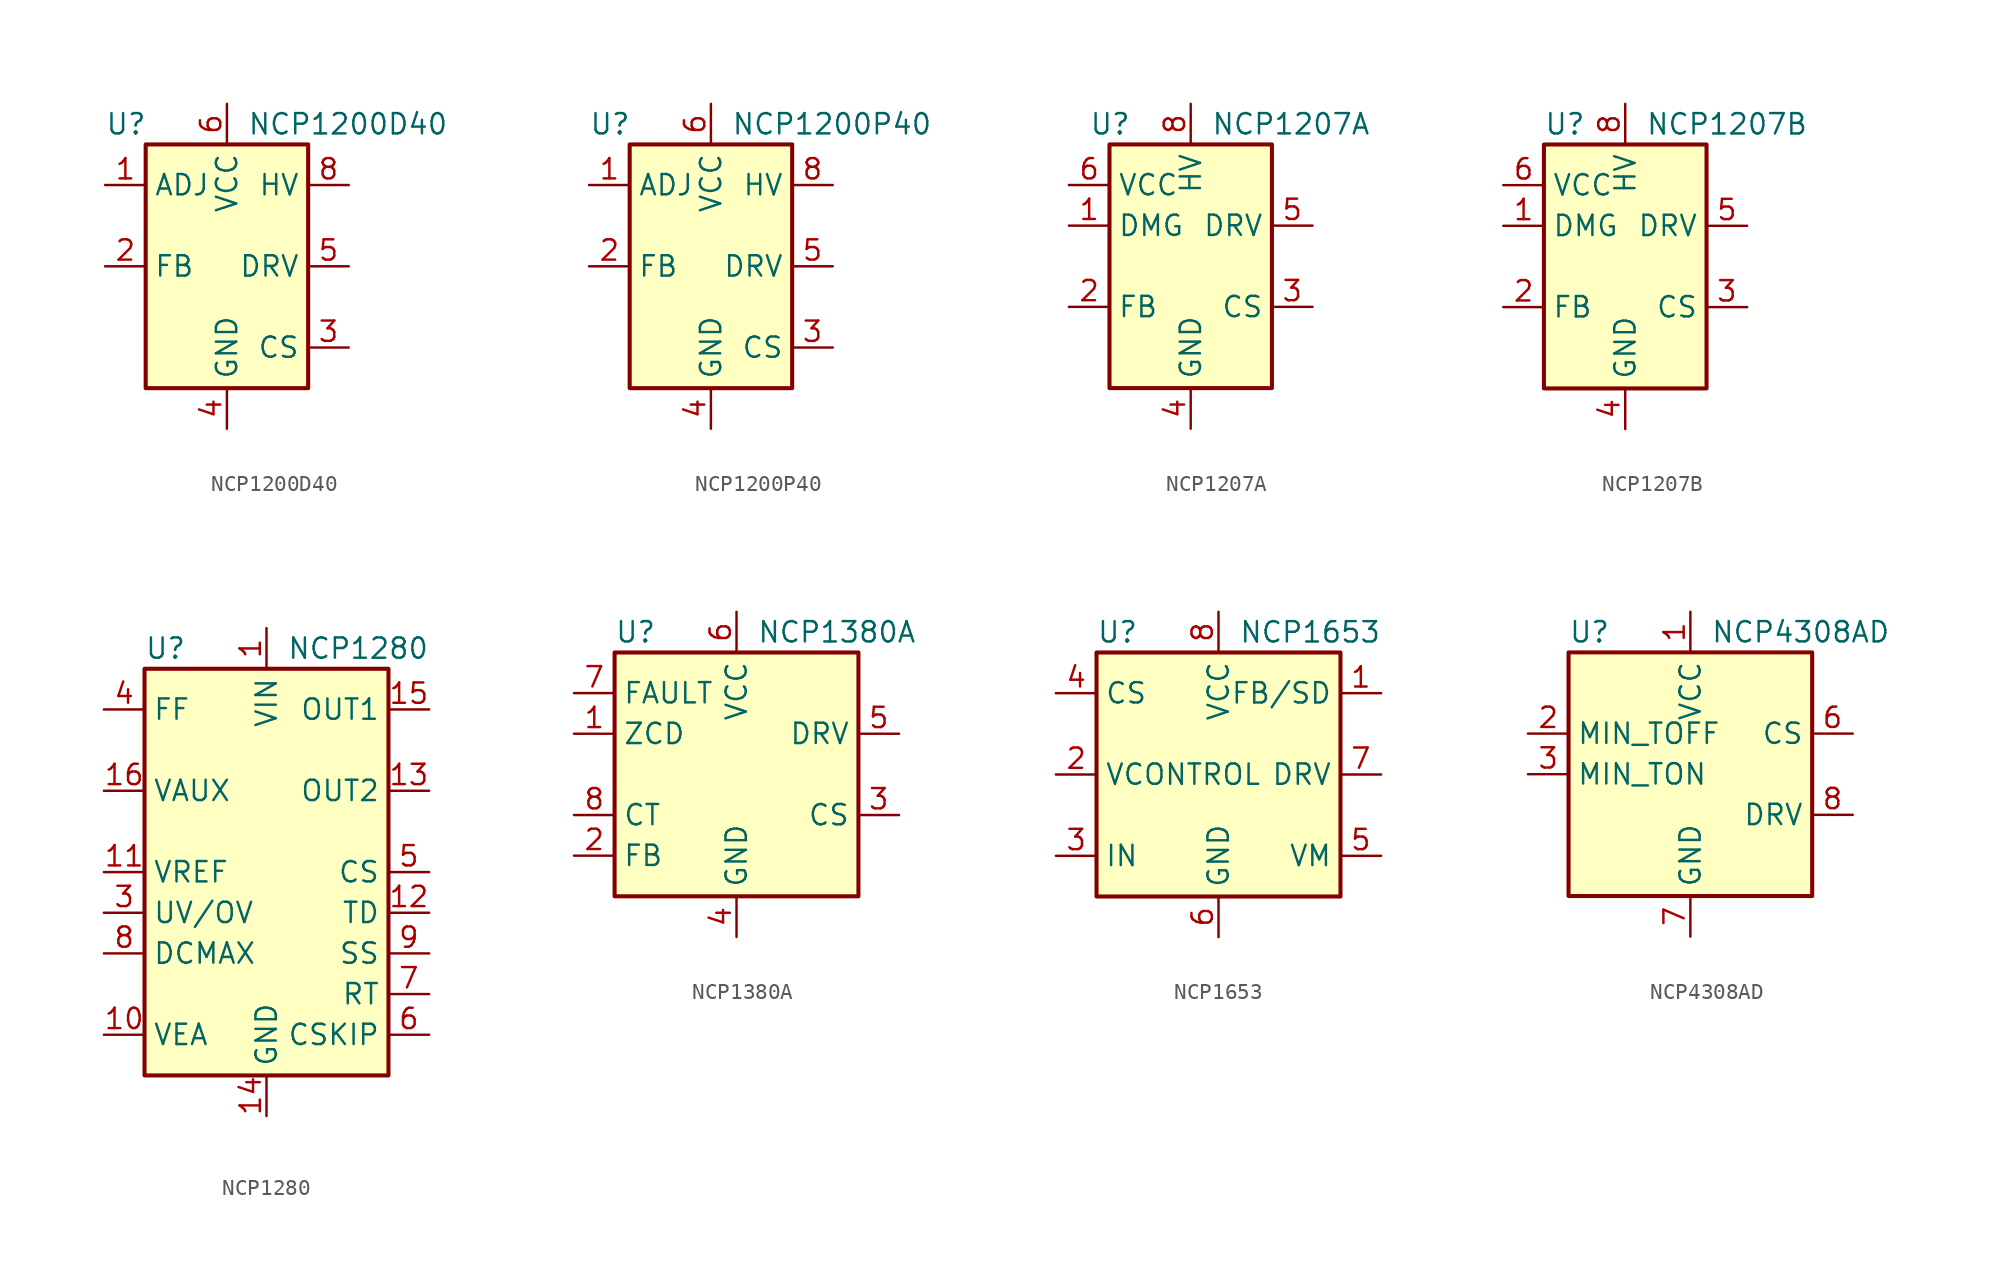
<source format=kicad_sym>
(kicad_symbol_lib
  (version 20201005)
  (generator kicad_symbol_editor)
  (symbol "Regulator_Controller:NCP1200D40"
    (property "Reference" "U"
      (at -7.62 8.89 0)
      (effects (font (size 1.27 1.27)) (justify left)))
    (property "Value" "NCP1200D40"
      (at 1.27 8.89 0)
      (effects (font (size 1.27 1.27)) (justify left)))
    (symbol "NCP1200D40_0_0"
      (rectangle (start -5.08 7.62) (end 5.08 -7.62) (stroke (width 0.254)) (fill (type background))))
    (symbol "NCP1200D40_1_1"
      (pin input line (at -7.62 5.08 0) (length 2.54) (name "ADJ" (effects (font (size 1.27 1.27)))) (number "1" (effects (font (size 1.27 1.27)))))
      (pin input line (at -7.62 0 0) (length 2.54) (name "FB" (effects (font (size 1.27 1.27)))) (number "2" (effects (font (size 1.27 1.27)))))
      (pin input line (at 7.62 -5.08 180) (length 2.54) (name "CS" (effects (font (size 1.27 1.27)))) (number "3" (effects (font (size 1.27 1.27)))))
      (pin power_in line (at 0 -10.16 90) (length 2.54) (name "GND" (effects (font (size 1.27 1.27)))) (number "4" (effects (font (size 1.27 1.27)))))
      (pin output line (at 7.62 0 180) (length 2.54) (name "DRV" (effects (font (size 1.27 1.27)))) (number "5" (effects (font (size 1.27 1.27)))))
      (pin power_in line (at 0 10.16 270) (length 2.54) (name "VCC" (effects (font (size 1.27 1.27)))) (number "6" (effects (font (size 1.27 1.27)))))
      (pin no_connect line (at -5.08 2.54 0) (length 2.54) hide (name "NC" (effects (font (size 1.27 1.27)))) (number "7" (effects (font (size 1.27 1.27)))))
      (pin input line (at 7.62 5.08 180) (length 2.54) (name "HV" (effects (font (size 1.27 1.27)))) (number "8" (effects (font (size 1.27 1.27)))))))
  (symbol "Regulator_Controller:NCP1200P40"
    (property "Reference" "U"
      (at -7.62 8.89 0)
      (effects (font (size 1.27 1.27)) (justify left)))
    (property "Value" "NCP1200P40"
      (at 1.27 8.89 0)
      (effects (font (size 1.27 1.27)) (justify left)))
    (symbol "NCP1200P40_0_0"
      (rectangle (start -5.08 7.62) (end 5.08 -7.62) (stroke (width 0.254)) (fill (type background))))
    (symbol "NCP1200P40_1_1"
      (pin input line (at -7.62 5.08 0) (length 2.54) (name "ADJ" (effects (font (size 1.27 1.27)))) (number "1" (effects (font (size 1.27 1.27)))))
      (pin input line (at -7.62 0 0) (length 2.54) (name "FB" (effects (font (size 1.27 1.27)))) (number "2" (effects (font (size 1.27 1.27)))))
      (pin input line (at 7.62 -5.08 180) (length 2.54) (name "CS" (effects (font (size 1.27 1.27)))) (number "3" (effects (font (size 1.27 1.27)))))
      (pin power_in line (at 0 -10.16 90) (length 2.54) (name "GND" (effects (font (size 1.27 1.27)))) (number "4" (effects (font (size 1.27 1.27)))))
      (pin output line (at 7.62 0 180) (length 2.54) (name "DRV" (effects (font (size 1.27 1.27)))) (number "5" (effects (font (size 1.27 1.27)))))
      (pin power_in line (at 0 10.16 270) (length 2.54) (name "VCC" (effects (font (size 1.27 1.27)))) (number "6" (effects (font (size 1.27 1.27)))))
      (pin no_connect line (at -5.08 2.54 0) (length 2.54) hide (name "NC" (effects (font (size 1.27 1.27)))) (number "7" (effects (font (size 1.27 1.27)))))
      (pin input line (at 7.62 5.08 180) (length 2.54) (name "HV" (effects (font (size 1.27 1.27)))) (number "8" (effects (font (size 1.27 1.27)))))))
  (symbol "Regulator_Controller:NCP1207A"
    (property "Reference" "U"
      (at -6.35 8.89 0)
      (effects (font (size 1.27 1.27)) (justify left)))
    (property "Value" "NCP1207A"
      (at 1.27 8.89 0)
      (effects (font (size 1.27 1.27)) (justify left)))
    (symbol "NCP1207A_0_0"
      (rectangle (start -5.08 7.62) (end 5.08 -7.62) (stroke (width 0.254)) (fill (type background))))
    (symbol "NCP1207A_1_1"
      (pin input line (at -7.62 2.54 0) (length 2.54) (name "DMG" (effects (font (size 1.27 1.27)))) (number "1" (effects (font (size 1.27 1.27)))))
      (pin input line (at -7.62 -2.54 0) (length 2.54) (name "FB" (effects (font (size 1.27 1.27)))) (number "2" (effects (font (size 1.27 1.27)))))
      (pin input line (at 7.62 -2.54 180) (length 2.54) (name "CS" (effects (font (size 1.27 1.27)))) (number "3" (effects (font (size 1.27 1.27)))))
      (pin power_in line (at 0 -10.16 90) (length 2.54) (name "GND" (effects (font (size 1.27 1.27)))) (number "4" (effects (font (size 1.27 1.27)))))
      (pin output line (at 7.62 2.54 180) (length 2.54) (name "DRV" (effects (font (size 1.27 1.27)))) (number "5" (effects (font (size 1.27 1.27)))))
      (pin power_in line (at -7.62 5.08 0) (length 2.54) (name "VCC" (effects (font (size 1.27 1.27)))) (number "6" (effects (font (size 1.27 1.27)))))
      (pin no_connect line (at -5.08 0 0) (length 2.54) hide (name "NC" (effects (font (size 1.27 1.27)))) (number "7" (effects (font (size 1.27 1.27)))))
      (pin input line (at 0 10.16 270) (length 2.54) (name "HV" (effects (font (size 1.27 1.27)))) (number "8" (effects (font (size 1.27 1.27)))))))
  (symbol "Regulator_Controller:NCP1207B"
    (property "Reference" "U"
      (at -5.08 8.89 0)
      (effects (font (size 1.27 1.27)) (justify left)))
    (property "Value" "NCP1207B"
      (at 1.27 8.89 0)
      (effects (font (size 1.27 1.27)) (justify left)))
    (symbol "NCP1207B_0_0"
      (rectangle (start -5.08 7.62) (end 5.08 -7.62) (stroke (width 0.254)) (fill (type background))))
    (symbol "NCP1207B_1_1"
      (pin input line (at -7.62 2.54 0) (length 2.54) (name "DMG" (effects (font (size 1.27 1.27)))) (number "1" (effects (font (size 1.27 1.27)))))
      (pin input line (at -7.62 -2.54 0) (length 2.54) (name "FB" (effects (font (size 1.27 1.27)))) (number "2" (effects (font (size 1.27 1.27)))))
      (pin input line (at 7.62 -2.54 180) (length 2.54) (name "CS" (effects (font (size 1.27 1.27)))) (number "3" (effects (font (size 1.27 1.27)))))
      (pin power_in line (at 0 -10.16 90) (length 2.54) (name "GND" (effects (font (size 1.27 1.27)))) (number "4" (effects (font (size 1.27 1.27)))))
      (pin output line (at 7.62 2.54 180) (length 2.54) (name "DRV" (effects (font (size 1.27 1.27)))) (number "5" (effects (font (size 1.27 1.27)))))
      (pin power_in line (at -7.62 5.08 0) (length 2.54) (name "VCC" (effects (font (size 1.27 1.27)))) (number "6" (effects (font (size 1.27 1.27)))))
      (pin input line (at 0 10.16 270) (length 2.54) (name "HV" (effects (font (size 1.27 1.27)))) (number "8" (effects (font (size 1.27 1.27)))))))
  (symbol "Regulator_Controller:NCP1280"
    (property "Reference" "U"
      (at -7.62 13.97 0)
      (effects (font (size 1.27 1.27)) (justify left)))
    (property "Value" "NCP1280"
      (at 1.27 13.97 0)
      (effects (font (size 1.27 1.27)) (justify left)))
    (symbol "NCP1280_0_0"
      (rectangle (start -7.62 12.7) (end 7.62 -12.7) (stroke (width 0.254)) (fill (type background))))
    (symbol "NCP1280_1_1"
      (pin power_in line (at 0 15.24 270) (length 2.54) (name "VIN" (effects (font (size 1.27 1.27)))) (number "1" (effects (font (size 1.27 1.27)))))
      (pin input line (at -10.16 -10.16 0) (length 2.54) (name "VEA" (effects (font (size 1.27 1.27)))) (number "10" (effects (font (size 1.27 1.27)))))
      (pin output line (at -10.16 0 0) (length 2.54) (name "VREF" (effects (font (size 1.27 1.27)))) (number "11" (effects (font (size 1.27 1.27)))))
      (pin passive line (at 10.16 -2.54 180) (length 2.54) (name "TD" (effects (font (size 1.27 1.27)))) (number "12" (effects (font (size 1.27 1.27)))))
      (pin output line (at 10.16 5.08 180) (length 2.54) (name "OUT2" (effects (font (size 1.27 1.27)))) (number "13" (effects (font (size 1.27 1.27)))))
      (pin power_in line (at 0 -15.24 90) (length 2.54) (name "GND" (effects (font (size 1.27 1.27)))) (number "14" (effects (font (size 1.27 1.27)))))
      (pin output line (at 10.16 10.16 180) (length 2.54) (name "OUT1" (effects (font (size 1.27 1.27)))) (number "15" (effects (font (size 1.27 1.27)))))
      (pin power_in line (at -10.16 5.08 0) (length 2.54) (name "VAUX" (effects (font (size 1.27 1.27)))) (number "16" (effects (font (size 1.27 1.27)))))
      (pin no_connect line (at -7.62 7.62 0) (length 2.54) hide (name "NC" (effects (font (size 1.27 1.27)))) (number "2" (effects (font (size 1.27 1.27)))))
      (pin input line (at -10.16 -2.54 0) (length 2.54) (name "UV/OV" (effects (font (size 1.27 1.27)))) (number "3" (effects (font (size 1.27 1.27)))))
      (pin passive line (at -10.16 10.16 0) (length 2.54) (name "FF" (effects (font (size 1.27 1.27)))) (number "4" (effects (font (size 1.27 1.27)))))
      (pin input line (at 10.16 0 180) (length 2.54) (name "CS" (effects (font (size 1.27 1.27)))) (number "5" (effects (font (size 1.27 1.27)))))
      (pin passive line (at 10.16 -10.16 180) (length 2.54) (name "CSKIP" (effects (font (size 1.27 1.27)))) (number "6" (effects (font (size 1.27 1.27)))))
      (pin passive line (at 10.16 -7.62 180) (length 2.54) (name "RT" (effects (font (size 1.27 1.27)))) (number "7" (effects (font (size 1.27 1.27)))))
      (pin input line (at -10.16 -5.08 0) (length 2.54) (name "DCMAX" (effects (font (size 1.27 1.27)))) (number "8" (effects (font (size 1.27 1.27)))))
      (pin passive line (at 10.16 -5.08 180) (length 2.54) (name "SS" (effects (font (size 1.27 1.27)))) (number "9" (effects (font (size 1.27 1.27)))))))
  (symbol "Regulator_Controller:NCP1380A"
    (property "Reference" "U"
      (at -7.62 8.89 0)
      (effects (font (size 1.27 1.27)) (justify left)))
    (property "Value" "NCP1380A"
      (at 1.27 8.89 0)
      (effects (font (size 1.27 1.27)) (justify left)))
    (symbol "NCP1380A_0_0"
      (rectangle (start -7.62 7.62) (end 7.62 -7.62) (stroke (width 0.254)) (fill (type background))))
    (symbol "NCP1380A_1_1"
      (pin input line (at -10.16 2.54 0) (length 2.54) (name "ZCD" (effects (font (size 1.27 1.27)))) (number "1" (effects (font (size 1.27 1.27)))))
      (pin input line (at -10.16 -5.08 0) (length 2.54) (name "FB" (effects (font (size 1.27 1.27)))) (number "2" (effects (font (size 1.27 1.27)))))
      (pin input line (at 10.16 -2.54 180) (length 2.54) (name "CS" (effects (font (size 1.27 1.27)))) (number "3" (effects (font (size 1.27 1.27)))))
      (pin power_in line (at 0 -10.16 90) (length 2.54) (name "GND" (effects (font (size 1.27 1.27)))) (number "4" (effects (font (size 1.27 1.27)))))
      (pin output line (at 10.16 2.54 180) (length 2.54) (name "DRV" (effects (font (size 1.27 1.27)))) (number "5" (effects (font (size 1.27 1.27)))))
      (pin power_in line (at 0 10.16 270) (length 2.54) (name "VCC" (effects (font (size 1.27 1.27)))) (number "6" (effects (font (size 1.27 1.27)))))
      (pin input line (at -10.16 5.08 0) (length 2.54) (name "FAULT" (effects (font (size 1.27 1.27)))) (number "7" (effects (font (size 1.27 1.27)))))
      (pin passive line (at -10.16 -2.54 0) (length 2.54) (name "CT" (effects (font (size 1.27 1.27)))) (number "8" (effects (font (size 1.27 1.27)))))))
  (symbol "Regulator_Controller:NCP1653"
    (property "Reference" "U"
      (at -7.62 8.89 0)
      (effects (font (size 1.27 1.27)) (justify left)))
    (property "Value" "NCP1653"
      (at 1.27 8.89 0)
      (effects (font (size 1.27 1.27)) (justify left)))
    (symbol "NCP1653_0_0"
      (rectangle (start -7.62 7.62) (end 7.62 -7.62) (stroke (width 0.254)) (fill (type background))))
    (symbol "NCP1653_1_1"
      (pin input line (at 10.16 5.08 180) (length 2.54) (name "FB/SD" (effects (font (size 1.27 1.27)))) (number "1" (effects (font (size 1.27 1.27)))))
      (pin passive line (at -10.16 0 0) (length 2.54) (name "VCONTROL" (effects (font (size 1.27 1.27)))) (number "2" (effects (font (size 1.27 1.27)))))
      (pin input line (at -10.16 -5.08 0) (length 2.54) (name "IN" (effects (font (size 1.27 1.27)))) (number "3" (effects (font (size 1.27 1.27)))))
      (pin input line (at -10.16 5.08 0) (length 2.54) (name "CS" (effects (font (size 1.27 1.27)))) (number "4" (effects (font (size 1.27 1.27)))))
      (pin passive line (at 10.16 -5.08 180) (length 2.54) (name "VM" (effects (font (size 1.27 1.27)))) (number "5" (effects (font (size 1.27 1.27)))))
      (pin power_in line (at 0 -10.16 90) (length 2.54) (name "GND" (effects (font (size 1.27 1.27)))) (number "6" (effects (font (size 1.27 1.27)))))
      (pin output line (at 10.16 0 180) (length 2.54) (name "DRV" (effects (font (size 1.27 1.27)))) (number "7" (effects (font (size 1.27 1.27)))))
      (pin power_in line (at 0 10.16 270) (length 2.54) (name "VCC" (effects (font (size 1.27 1.27)))) (number "8" (effects (font (size 1.27 1.27)))))))
  (symbol "Regulator_Controller:NCP4308AD"
    (property "Reference" "U"
      (at -7.62 8.89 0)
      (effects (font (size 1.27 1.27)) (justify left)))
    (property "Value" "NCP4308AD"
      (at 1.27 8.89 0)
      (effects (font (size 1.27 1.27)) (justify left)))
    (symbol "NCP4308AD_0_1"
      (rectangle (start -7.62 7.62) (end 7.62 -7.62) (stroke (width 0.254)) (fill (type background))))
    (symbol "NCP4308AD_1_1"
      (pin power_in line (at 0 10.16 270) (length 2.54) (name "VCC" (effects (font (size 1.27 1.27)))) (number "1" (effects (font (size 1.27 1.27)))))
      (pin passive line (at -10.16 2.54 0) (length 2.54) (name "MIN_TOFF" (effects (font (size 1.27 1.27)))) (number "2" (effects (font (size 1.27 1.27)))))
      (pin passive line (at -10.16 0 0) (length 2.54) (name "MIN_TON" (effects (font (size 1.27 1.27)))) (number "3" (effects (font (size 1.27 1.27)))))
      (pin no_connect line (at 7.62 -5.08 180) (length 2.54) hide (name "NC" (effects (font (size 1.27 1.27)))) (number "4" (effects (font (size 1.27 1.27)))))
      (pin no_connect line (at 7.62 -7.62 180) (length 2.54) hide (name "NC" (effects (font (size 1.27 1.27)))) (number "5" (effects (font (size 1.27 1.27)))))
      (pin input line (at 10.16 2.54 180) (length 2.54) (name "CS" (effects (font (size 1.27 1.27)))) (number "6" (effects (font (size 1.27 1.27)))))
      (pin power_in line (at 0 -10.16 90) (length 2.54) (name "GND" (effects (font (size 1.27 1.27)))) (number "7" (effects (font (size 1.27 1.27)))))
      (pin output line (at 10.16 -2.54 180) (length 2.54) (name "DRV" (effects (font (size 1.27 1.27)))) (number "8" (effects (font (size 1.27 1.27))))))))
</source>
